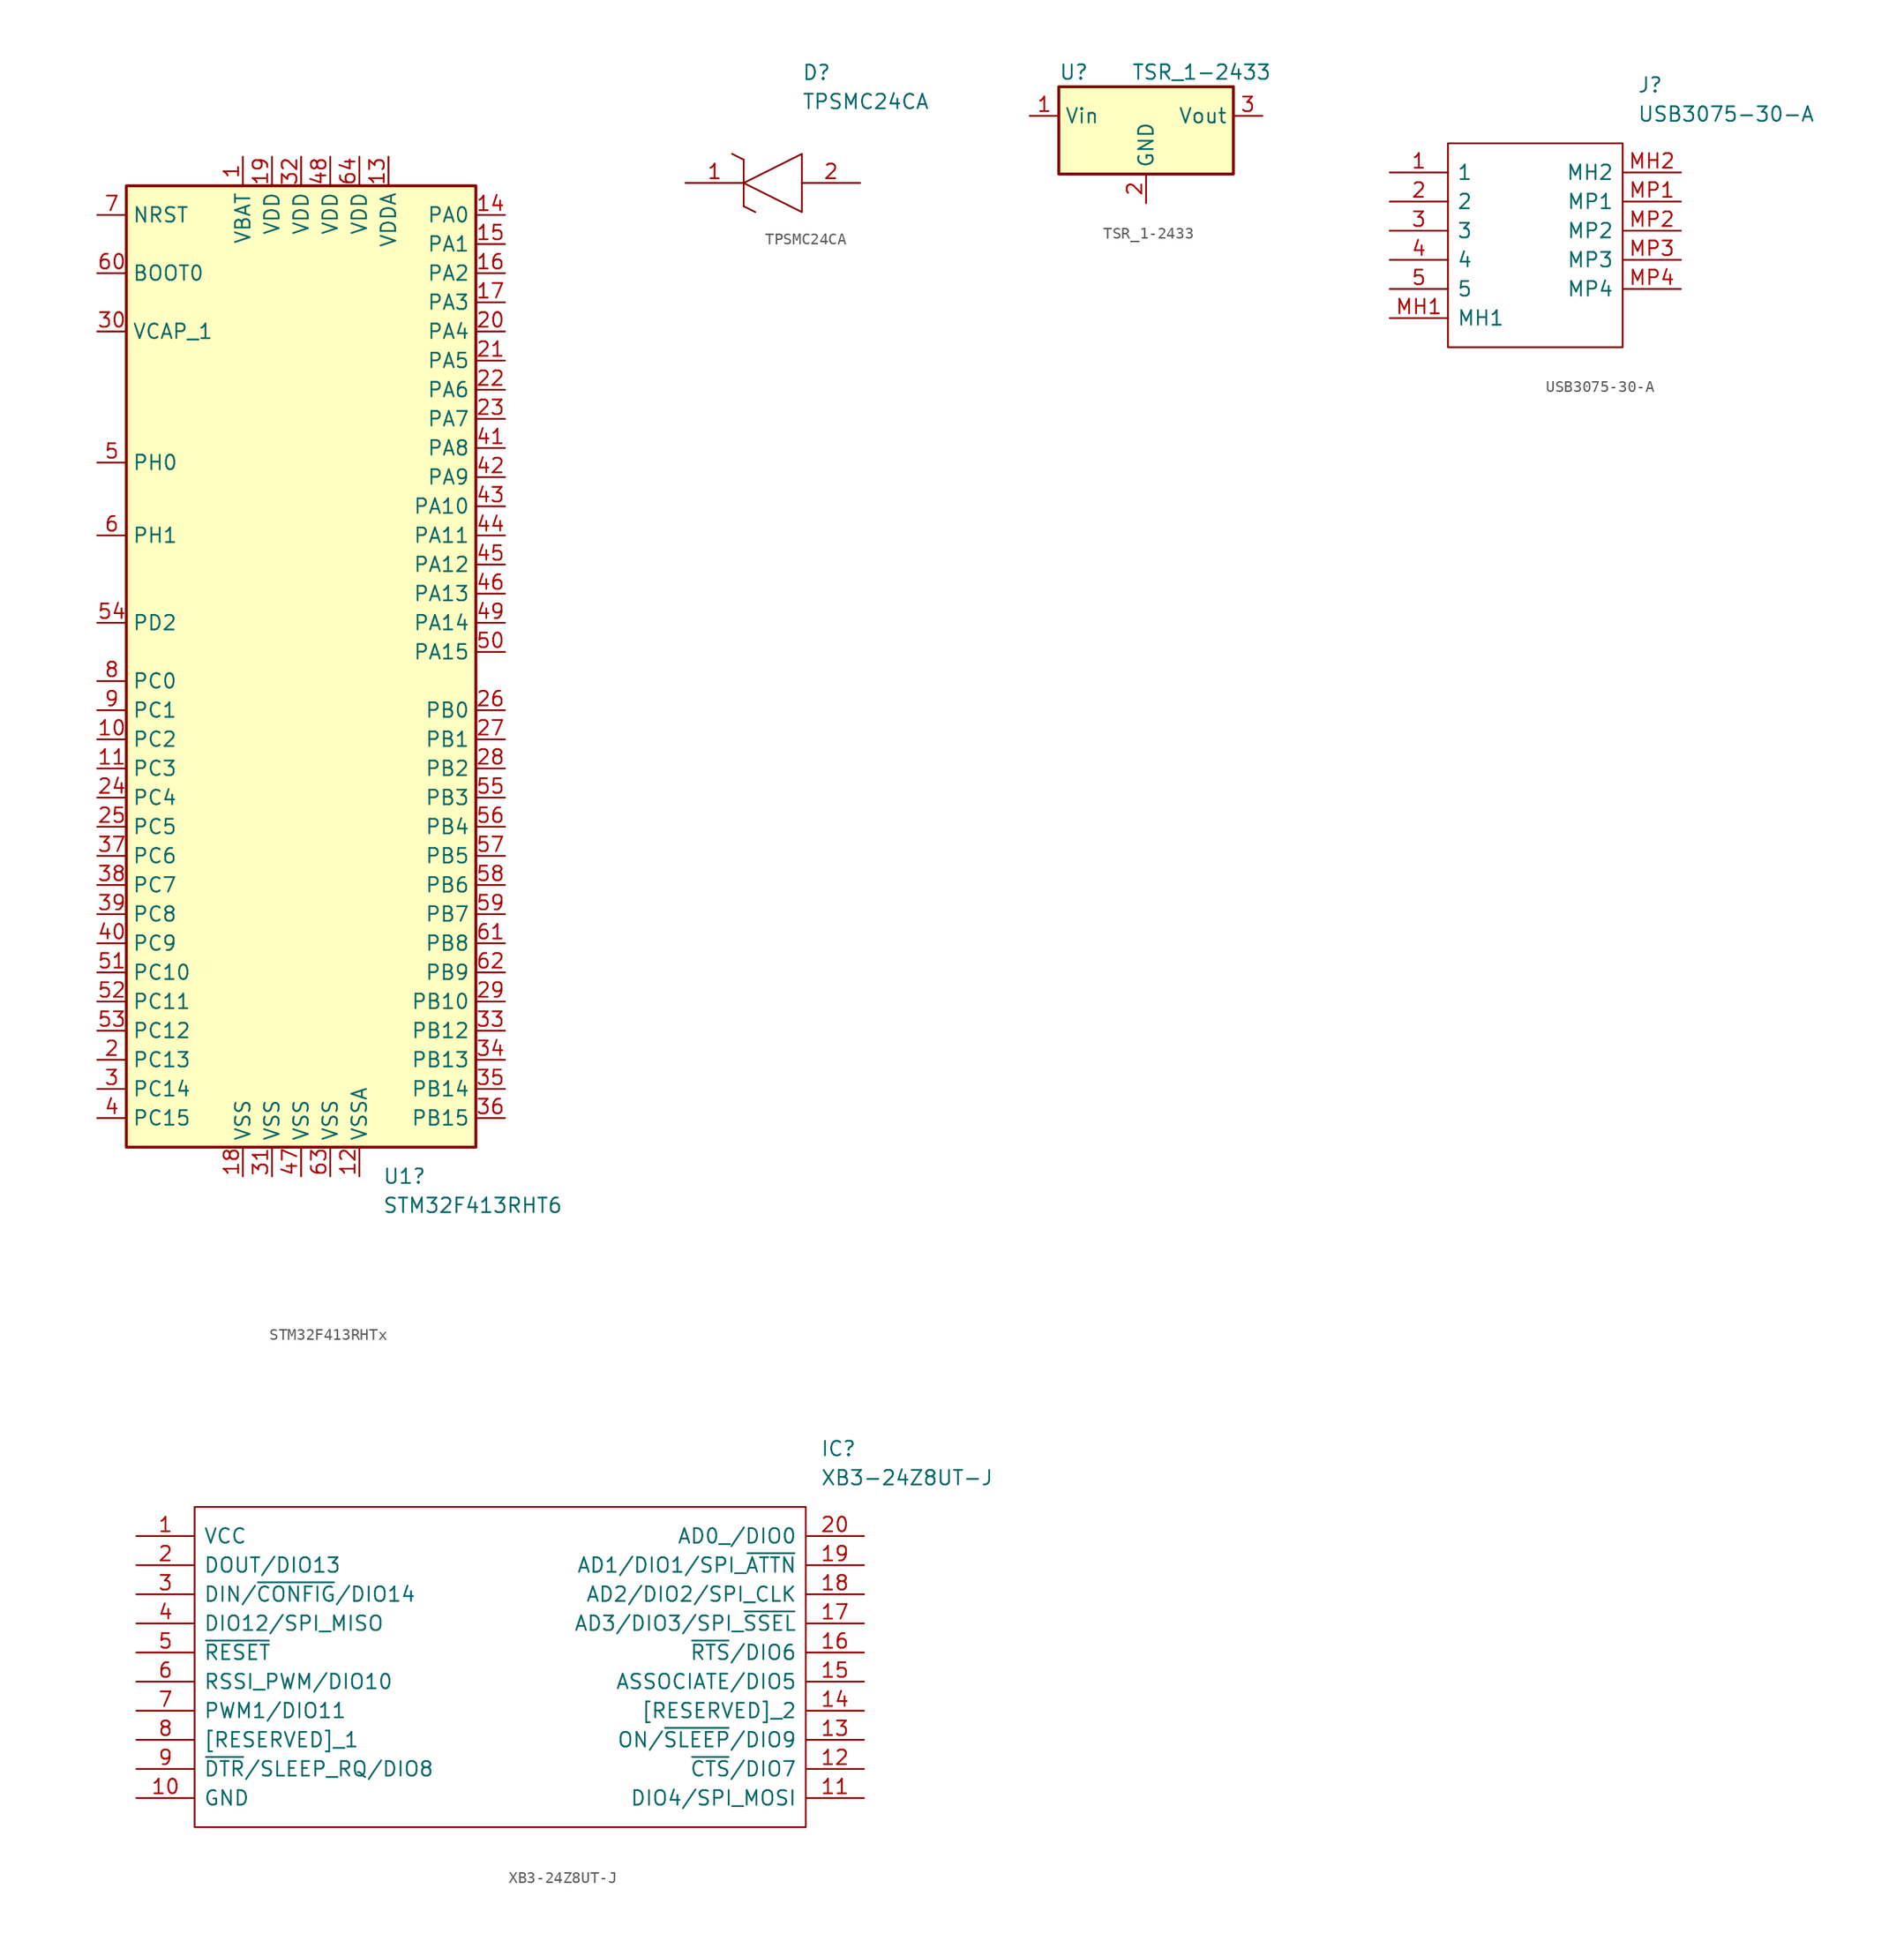
<source format=kicad_sym>
(kicad_symbol_lib
  (version 20220914)
  (generator kicad_symbol_editor)
  (symbol "STM32F413RHTx"
    (property "Reference" "U1"
      (at 7.099 -45.72 0)
      (effects (font (size 1.27 1.27)) (justify left)))
    (property "Value" "STM32F413RHT6"
      (at 7.099 -48.26 0)
      (effects (font (size 1.27 1.27)) (justify left)))
    (symbol "STM32F413RHTx_0_1"
      (rectangle (start -15.24 -43.18) (end 15.24 40.64) (stroke (width 0.254) (type default)) (fill (type background))))
    (symbol "STM32F413RHTx_1_1"
      (pin power_in line (at -5.08 43.18 270) (length 2.54) (name "VBAT" (effects (font (size 1.27 1.27)))) (number "1" (effects (font (size 1.27 1.27)))))
      (pin bidirectional line (at -17.78 -7.62 0) (length 2.54) (name "PC2" (effects (font (size 1.27 1.27)))) (number "10" (effects (font (size 1.27 1.27)))))
      (pin bidirectional line (at -17.78 -10.16 0) (length 2.54) (name "PC3" (effects (font (size 1.27 1.27)))) (number "11" (effects (font (size 1.27 1.27)))))
      (pin power_in line (at 5.08 -45.72 90) (length 2.54) (name "VSSA" (effects (font (size 1.27 1.27)))) (number "12" (effects (font (size 1.27 1.27)))))
      (pin power_in line (at 7.62 43.18 270) (length 2.54) (name "VDDA" (effects (font (size 1.27 1.27)))) (number "13" (effects (font (size 1.27 1.27)))))
      (pin bidirectional line (at 17.78 38.1 180) (length 2.54) (name "PA0" (effects (font (size 1.27 1.27)))) (number "14" (effects (font (size 1.27 1.27)))))
      (pin bidirectional line (at 17.78 35.56 180) (length 2.54) (name "PA1" (effects (font (size 1.27 1.27)))) (number "15" (effects (font (size 1.27 1.27)))))
      (pin bidirectional line (at 17.78 33.02 180) (length 2.54) (name "PA2" (effects (font (size 1.27 1.27)))) (number "16" (effects (font (size 1.27 1.27)))))
      (pin bidirectional line (at 17.78 30.48 180) (length 2.54) (name "PA3" (effects (font (size 1.27 1.27)))) (number "17" (effects (font (size 1.27 1.27)))))
      (pin power_in line (at -5.08 -45.72 90) (length 2.54) (name "VSS" (effects (font (size 1.27 1.27)))) (number "18" (effects (font (size 1.27 1.27)))))
      (pin power_in line (at -2.54 43.18 270) (length 2.54) (name "VDD" (effects (font (size 1.27 1.27)))) (number "19" (effects (font (size 1.27 1.27)))))
      (pin bidirectional line (at -17.78 -35.56 0) (length 2.54) (name "PC13" (effects (font (size 1.27 1.27)))) (number "2" (effects (font (size 1.27 1.27)))))
      (pin bidirectional line (at 17.78 27.94 180) (length 2.54) (name "PA4" (effects (font (size 1.27 1.27)))) (number "20" (effects (font (size 1.27 1.27)))))
      (pin bidirectional line (at 17.78 25.4 180) (length 2.54) (name "PA5" (effects (font (size 1.27 1.27)))) (number "21" (effects (font (size 1.27 1.27)))))
      (pin bidirectional line (at 17.78 22.86 180) (length 2.54) (name "PA6" (effects (font (size 1.27 1.27)))) (number "22" (effects (font (size 1.27 1.27)))))
      (pin bidirectional line (at 17.78 20.32 180) (length 2.54) (name "PA7" (effects (font (size 1.27 1.27)))) (number "23" (effects (font (size 1.27 1.27)))))
      (pin bidirectional line (at -17.78 -12.7 0) (length 2.54) (name "PC4" (effects (font (size 1.27 1.27)))) (number "24" (effects (font (size 1.27 1.27)))))
      (pin bidirectional line (at -17.78 -15.24 0) (length 2.54) (name "PC5" (effects (font (size 1.27 1.27)))) (number "25" (effects (font (size 1.27 1.27)))))
      (pin bidirectional line (at 17.78 -5.08 180) (length 2.54) (name "PB0" (effects (font (size 1.27 1.27)))) (number "26" (effects (font (size 1.27 1.27)))))
      (pin bidirectional line (at 17.78 -7.62 180) (length 2.54) (name "PB1" (effects (font (size 1.27 1.27)))) (number "27" (effects (font (size 1.27 1.27)))))
      (pin bidirectional line (at 17.78 -10.16 180) (length 2.54) (name "PB2" (effects (font (size 1.27 1.27)))) (number "28" (effects (font (size 1.27 1.27)))))
      (pin bidirectional line (at 17.78 -30.48 180) (length 2.54) (name "PB10" (effects (font (size 1.27 1.27)))) (number "29" (effects (font (size 1.27 1.27)))))
      (pin bidirectional line (at -17.78 -38.1 0) (length 2.54) (name "PC14" (effects (font (size 1.27 1.27)))) (number "3" (effects (font (size 1.27 1.27)))))
      (pin passive line (at -17.78 27.94 0) (length 2.54) (name "VCAP_1" (effects (font (size 1.27 1.27)))) (number "30" (effects (font (size 1.27 1.27)))))
      (pin power_in line (at -2.54 -45.72 90) (length 2.54) (name "VSS" (effects (font (size 1.27 1.27)))) (number "31" (effects (font (size 1.27 1.27)))))
      (pin power_in line (at 0 43.18 270) (length 2.54) (name "VDD" (effects (font (size 1.27 1.27)))) (number "32" (effects (font (size 1.27 1.27)))))
      (pin bidirectional line (at 17.78 -33.02 180) (length 2.54) (name "PB12" (effects (font (size 1.27 1.27)))) (number "33" (effects (font (size 1.27 1.27)))))
      (pin bidirectional line (at 17.78 -35.56 180) (length 2.54) (name "PB13" (effects (font (size 1.27 1.27)))) (number "34" (effects (font (size 1.27 1.27)))))
      (pin bidirectional line (at 17.78 -38.1 180) (length 2.54) (name "PB14" (effects (font (size 1.27 1.27)))) (number "35" (effects (font (size 1.27 1.27)))))
      (pin bidirectional line (at 17.78 -40.64 180) (length 2.54) (name "PB15" (effects (font (size 1.27 1.27)))) (number "36" (effects (font (size 1.27 1.27)))))
      (pin bidirectional line (at -17.78 -17.78 0) (length 2.54) (name "PC6" (effects (font (size 1.27 1.27)))) (number "37" (effects (font (size 1.27 1.27)))))
      (pin bidirectional line (at -17.78 -20.32 0) (length 2.54) (name "PC7" (effects (font (size 1.27 1.27)))) (number "38" (effects (font (size 1.27 1.27)))))
      (pin bidirectional line (at -17.78 -22.86 0) (length 2.54) (name "PC8" (effects (font (size 1.27 1.27)))) (number "39" (effects (font (size 1.27 1.27)))))
      (pin bidirectional line (at -17.78 -40.64 0) (length 2.54) (name "PC15" (effects (font (size 1.27 1.27)))) (number "4" (effects (font (size 1.27 1.27)))))
      (pin bidirectional line (at -17.78 -25.4 0) (length 2.54) (name "PC9" (effects (font (size 1.27 1.27)))) (number "40" (effects (font (size 1.27 1.27)))))
      (pin bidirectional line (at 17.78 17.78 180) (length 2.54) (name "PA8" (effects (font (size 1.27 1.27)))) (number "41" (effects (font (size 1.27 1.27)))))
      (pin bidirectional line (at 17.78 15.24 180) (length 2.54) (name "PA9" (effects (font (size 1.27 1.27)))) (number "42" (effects (font (size 1.27 1.27)))))
      (pin bidirectional line (at 17.78 12.7 180) (length 2.54) (name "PA10" (effects (font (size 1.27 1.27)))) (number "43" (effects (font (size 1.27 1.27)))))
      (pin bidirectional line (at 17.78 10.16 180) (length 2.54) (name "PA11" (effects (font (size 1.27 1.27)))) (number "44" (effects (font (size 1.27 1.27)))))
      (pin bidirectional line (at 17.78 7.62 180) (length 2.54) (name "PA12" (effects (font (size 1.27 1.27)))) (number "45" (effects (font (size 1.27 1.27)))))
      (pin bidirectional line (at 17.78 5.08 180) (length 2.54) (name "PA13" (effects (font (size 1.27 1.27)))) (number "46" (effects (font (size 1.27 1.27)))))
      (pin power_in line (at 0 -45.72 90) (length 2.54) (name "VSS" (effects (font (size 1.27 1.27)))) (number "47" (effects (font (size 1.27 1.27)))))
      (pin power_in line (at 2.54 43.18 270) (length 2.54) (name "VDD" (effects (font (size 1.27 1.27)))) (number "48" (effects (font (size 1.27 1.27)))))
      (pin bidirectional line (at 17.78 2.54 180) (length 2.54) (name "PA14" (effects (font (size 1.27 1.27)))) (number "49" (effects (font (size 1.27 1.27)))))
      (pin input line (at -17.78 16.51 0) (length 2.54) (name "PH0" (effects (font (size 1.27 1.27)))) (number "5" (effects (font (size 1.27 1.27)))))
      (pin bidirectional line (at 17.78 0 180) (length 2.54) (name "PA15" (effects (font (size 1.27 1.27)))) (number "50" (effects (font (size 1.27 1.27)))))
      (pin bidirectional line (at -17.78 -27.94 0) (length 2.54) (name "PC10" (effects (font (size 1.27 1.27)))) (number "51" (effects (font (size 1.27 1.27)))))
      (pin bidirectional line (at -17.78 -30.48 0) (length 2.54) (name "PC11" (effects (font (size 1.27 1.27)))) (number "52" (effects (font (size 1.27 1.27)))))
      (pin bidirectional line (at -17.78 -33.02 0) (length 2.54) (name "PC12" (effects (font (size 1.27 1.27)))) (number "53" (effects (font (size 1.27 1.27)))))
      (pin bidirectional line (at -17.78 2.54 0) (length 2.54) (name "PD2" (effects (font (size 1.27 1.27)))) (number "54" (effects (font (size 1.27 1.27)))))
      (pin bidirectional line (at 17.78 -12.7 180) (length 2.54) (name "PB3" (effects (font (size 1.27 1.27)))) (number "55" (effects (font (size 1.27 1.27)))))
      (pin bidirectional line (at 17.78 -15.24 180) (length 2.54) (name "PB4" (effects (font (size 1.27 1.27)))) (number "56" (effects (font (size 1.27 1.27)))))
      (pin bidirectional line (at 17.78 -17.78 180) (length 2.54) (name "PB5" (effects (font (size 1.27 1.27)))) (number "57" (effects (font (size 1.27 1.27)))))
      (pin bidirectional line (at 17.78 -20.32 180) (length 2.54) (name "PB6" (effects (font (size 1.27 1.27)))) (number "58" (effects (font (size 1.27 1.27)))))
      (pin bidirectional line (at 17.78 -22.86 180) (length 2.54) (name "PB7" (effects (font (size 1.27 1.27)))) (number "59" (effects (font (size 1.27 1.27)))))
      (pin input line (at -17.78 10.16 0) (length 2.54) (name "PH1" (effects (font (size 1.27 1.27)))) (number "6" (effects (font (size 1.27 1.27)))))
      (pin input line (at -17.78 33.02 0) (length 2.54) (name "BOOT0" (effects (font (size 1.27 1.27)))) (number "60" (effects (font (size 1.27 1.27)))))
      (pin bidirectional line (at 17.78 -25.4 180) (length 2.54) (name "PB8" (effects (font (size 1.27 1.27)))) (number "61" (effects (font (size 1.27 1.27)))))
      (pin bidirectional line (at 17.78 -27.94 180) (length 2.54) (name "PB9" (effects (font (size 1.27 1.27)))) (number "62" (effects (font (size 1.27 1.27)))))
      (pin power_in line (at 2.54 -45.72 90) (length 2.54) (name "VSS" (effects (font (size 1.27 1.27)))) (number "63" (effects (font (size 1.27 1.27)))))
      (pin power_in line (at 5.08 43.18 270) (length 2.54) (name "VDD" (effects (font (size 1.27 1.27)))) (number "64" (effects (font (size 1.27 1.27)))))
      (pin input line (at -17.78 38.1 0) (length 2.54) (name "NRST" (effects (font (size 1.27 1.27)))) (number "7" (effects (font (size 1.27 1.27)))))
      (pin bidirectional line (at -17.78 -2.54 0) (length 2.54) (name "PC0" (effects (font (size 1.27 1.27)))) (number "8" (effects (font (size 1.27 1.27)))))
      (pin bidirectional line (at -17.78 -5.08 0) (length 2.54) (name "PC1" (effects (font (size 1.27 1.27)))) (number "9" (effects (font (size 1.27 1.27)))))))
  (symbol "TPSMC24CA"
    (pin_names
      (offset 0.762))
    (property "Reference" "D"
      (at 10.16 8.89 0)
      (effects (font (size 1.27 1.27)) (justify left bottom)))
    (property "Value" "TPSMC24CA"
      (at 10.16 6.35 0)
      (effects (font (size 1.27 1.27)) (justify left bottom)))
    (symbol "TPSMC24CA_0_0"
      (pin passive line (at 0 0 0) (length 5.08) (name "~" (effects (font (size 1.27 1.27)))) (number "1" (effects (font (size 1.27 1.27)))))
      (pin passive line (at 15.24 0 180) (length 5.08) (name "~" (effects (font (size 1.27 1.27)))) (number "2" (effects (font (size 1.27 1.27))))))
    (symbol "TPSMC24CA_0_1"
      (polyline (pts (xy 4.064 2.54) (xy 5.08 2.032)) (stroke (width 0.152) (type default)) (fill (type none)))
      (polyline (pts (xy 5.08 -2.032) (xy 5.08 2.032)) (stroke (width 0.152) (type default)) (fill (type none)))
      (polyline (pts (xy 5.08 -2.032) (xy 6.096 -2.54)) (stroke (width 0.152) (type default)) (fill (type none)))
      (polyline (pts (xy 5.08 0) (xy 10.16 2.54) (xy 10.16 -2.54) (xy 5.08 0)) (stroke (width 0.152) (type default)) (fill (type none)))))
  (symbol "TSR_1-2433"
    (property "Reference" "U"
      (at -7.62 6.35 0)
      (effects (font (size 1.27 1.27)) (justify left)))
    (property "Value" "TSR_1-2433"
      (at -1.27 6.35 0)
      (effects (font (size 1.27 1.27)) (justify left)))
    (symbol "TSR_1-2433_0_1"
      (rectangle (start -7.62 5.08) (end 7.62 -2.54) (stroke (width 0.254) (type default)) (fill (type background))))
    (symbol "TSR_1-2433_1_1"
      (pin power_in line (at -10.16 2.54 0) (length 2.54) (name "Vin" (effects (font (size 1.27 1.27)))) (number "1" (effects (font (size 1.27 1.27)))))
      (pin power_in line (at 0 -5.08 90) (length 2.54) (name "GND" (effects (font (size 1.27 1.27)))) (number "2" (effects (font (size 1.27 1.27)))))
      (pin power_out line (at 10.16 2.54 180) (length 2.54) (name "Vout" (effects (font (size 1.27 1.27)))) (number "3" (effects (font (size 1.27 1.27)))))))
  (symbol "USB3075-30-A"
    (pin_names
      (offset 0.762))
    (property "Reference" "J"
      (at 21.59 7.62 0)
      (effects (font (size 1.27 1.27)) (justify left)))
    (property "Value" "USB3075-30-A"
      (at 21.59 5.08 0)
      (effects (font (size 1.27 1.27)) (justify left)))
    (symbol "USB3075-30-A_0_0"
      (pin passive line (at 0 0 0) (length 5.08) (name "1" (effects (font (size 1.27 1.27)))) (number "1" (effects (font (size 1.27 1.27)))))
      (pin passive line (at 0 -2.54 0) (length 5.08) (name "2" (effects (font (size 1.27 1.27)))) (number "2" (effects (font (size 1.27 1.27)))))
      (pin passive line (at 0 -5.08 0) (length 5.08) (name "3" (effects (font (size 1.27 1.27)))) (number "3" (effects (font (size 1.27 1.27)))))
      (pin passive line (at 0 -7.62 0) (length 5.08) (name "4" (effects (font (size 1.27 1.27)))) (number "4" (effects (font (size 1.27 1.27)))))
      (pin passive line (at 0 -10.16 0) (length 5.08) (name "5" (effects (font (size 1.27 1.27)))) (number "5" (effects (font (size 1.27 1.27)))))
      (pin passive line (at 0 -12.7 0) (length 5.08) (name "MH1" (effects (font (size 1.27 1.27)))) (number "MH1" (effects (font (size 1.27 1.27)))))
      (pin passive line (at 25.4 0 180) (length 5.08) (name "MH2" (effects (font (size 1.27 1.27)))) (number "MH2" (effects (font (size 1.27 1.27)))))
      (pin passive line (at 25.4 -2.54 180) (length 5.08) (name "MP1" (effects (font (size 1.27 1.27)))) (number "MP1" (effects (font (size 1.27 1.27)))))
      (pin passive line (at 25.4 -5.08 180) (length 5.08) (name "MP2" (effects (font (size 1.27 1.27)))) (number "MP2" (effects (font (size 1.27 1.27)))))
      (pin passive line (at 25.4 -7.62 180) (length 5.08) (name "MP3" (effects (font (size 1.27 1.27)))) (number "MP3" (effects (font (size 1.27 1.27)))))
      (pin passive line (at 25.4 -10.16 180) (length 5.08) (name "MP4" (effects (font (size 1.27 1.27)))) (number "MP4" (effects (font (size 1.27 1.27))))))
    (symbol "USB3075-30-A_0_1"
      (polyline (pts (xy 5.08 2.54) (xy 20.32 2.54) (xy 20.32 -15.24) (xy 5.08 -15.24) (xy 5.08 2.54)) (stroke (width 0.152) (type solid)) (fill (type none)))))
  (symbol "XB3-24Z8UT-J"
    (pin_names
      (offset 0.762))
    (property "Reference" "IC"
      (at 59.69 7.62 0)
      (effects (font (size 1.27 1.27)) (justify left)))
    (property "Value" "XB3-24Z8UT-J"
      (at 59.69 5.08 0)
      (effects (font (size 1.27 1.27)) (justify left)))
    (symbol "XB3-24Z8UT-J_0_0"
      (pin passive line (at 0 0 0) (length 5.08) (name "VCC" (effects (font (size 1.27 1.27)))) (number "1" (effects (font (size 1.27 1.27)))))
      (pin passive line (at 0 -22.86 0) (length 5.08) (name "GND" (effects (font (size 1.27 1.27)))) (number "10" (effects (font (size 1.27 1.27)))))
      (pin passive line (at 63.5 -22.86 180) (length 5.08) (name "DIO4/SPI_MOSI" (effects (font (size 1.27 1.27)))) (number "11" (effects (font (size 1.27 1.27)))))
      (pin passive line (at 63.5 -20.32 180) (length 5.08) (name "~{CTS}/DIO7" (effects (font (size 1.27 1.27)))) (number "12" (effects (font (size 1.27 1.27)))))
      (pin passive line (at 63.5 -17.78 180) (length 5.08) (name "ON/~{SLEEP}/DIO9" (effects (font (size 1.27 1.27)))) (number "13" (effects (font (size 1.27 1.27)))))
      (pin passive line (at 63.5 -15.24 180) (length 5.08) (name "[RESERVED]_2" (effects (font (size 1.27 1.27)))) (number "14" (effects (font (size 1.27 1.27)))))
      (pin passive line (at 63.5 -12.7 180) (length 5.08) (name "ASSOCIATE/DIO5" (effects (font (size 1.27 1.27)))) (number "15" (effects (font (size 1.27 1.27)))))
      (pin passive line (at 63.5 -10.16 180) (length 5.08) (name "~{RTS}/DIO6" (effects (font (size 1.27 1.27)))) (number "16" (effects (font (size 1.27 1.27)))))
      (pin passive line (at 63.5 -7.62 180) (length 5.08) (name "AD3/DIO3/SPI_~{SSEL}" (effects (font (size 1.27 1.27)))) (number "17" (effects (font (size 1.27 1.27)))))
      (pin passive line (at 63.5 -5.08 180) (length 5.08) (name "AD2/DIO2/SPI_CLK" (effects (font (size 1.27 1.27)))) (number "18" (effects (font (size 1.27 1.27)))))
      (pin passive line (at 63.5 -2.54 180) (length 5.08) (name "AD1/DIO1/SPI_~{ATTN}" (effects (font (size 1.27 1.27)))) (number "19" (effects (font (size 1.27 1.27)))))
      (pin passive line (at 0 -2.54 0) (length 5.08) (name "DOUT/DIO13" (effects (font (size 1.27 1.27)))) (number "2" (effects (font (size 1.27 1.27)))))
      (pin passive line (at 63.5 0 180) (length 5.08) (name "AD0_/DIO0" (effects (font (size 1.27 1.27)))) (number "20" (effects (font (size 1.27 1.27)))))
      (pin passive line (at 0 -5.08 0) (length 5.08) (name "DIN/~{CONFIG}/DIO14" (effects (font (size 1.27 1.27)))) (number "3" (effects (font (size 1.27 1.27)))))
      (pin passive line (at 0 -7.62 0) (length 5.08) (name "DIO12/SPI_MISO" (effects (font (size 1.27 1.27)))) (number "4" (effects (font (size 1.27 1.27)))))
      (pin passive line (at 0 -10.16 0) (length 5.08) (name "~{RESET}" (effects (font (size 1.27 1.27)))) (number "5" (effects (font (size 1.27 1.27)))))
      (pin passive line (at 0 -12.7 0) (length 5.08) (name "RSSI_PWM/DIO10" (effects (font (size 1.27 1.27)))) (number "6" (effects (font (size 1.27 1.27)))))
      (pin passive line (at 0 -15.24 0) (length 5.08) (name "PWM1/DIO11" (effects (font (size 1.27 1.27)))) (number "7" (effects (font (size 1.27 1.27)))))
      (pin passive line (at 0 -17.78 0) (length 5.08) (name "[RESERVED]_1" (effects (font (size 1.27 1.27)))) (number "8" (effects (font (size 1.27 1.27)))))
      (pin passive line (at 0 -20.32 0) (length 5.08) (name "~{DTR}/SLEEP_RQ/DIO8" (effects (font (size 1.27 1.27)))) (number "9" (effects (font (size 1.27 1.27))))))
    (symbol "XB3-24Z8UT-J_0_1"
      (polyline (pts (xy 5.08 2.54) (xy 58.42 2.54) (xy 58.42 -25.4) (xy 5.08 -25.4) (xy 5.08 2.54)) (stroke (width 0.152) (type default)) (fill (type none))))))
</source>
